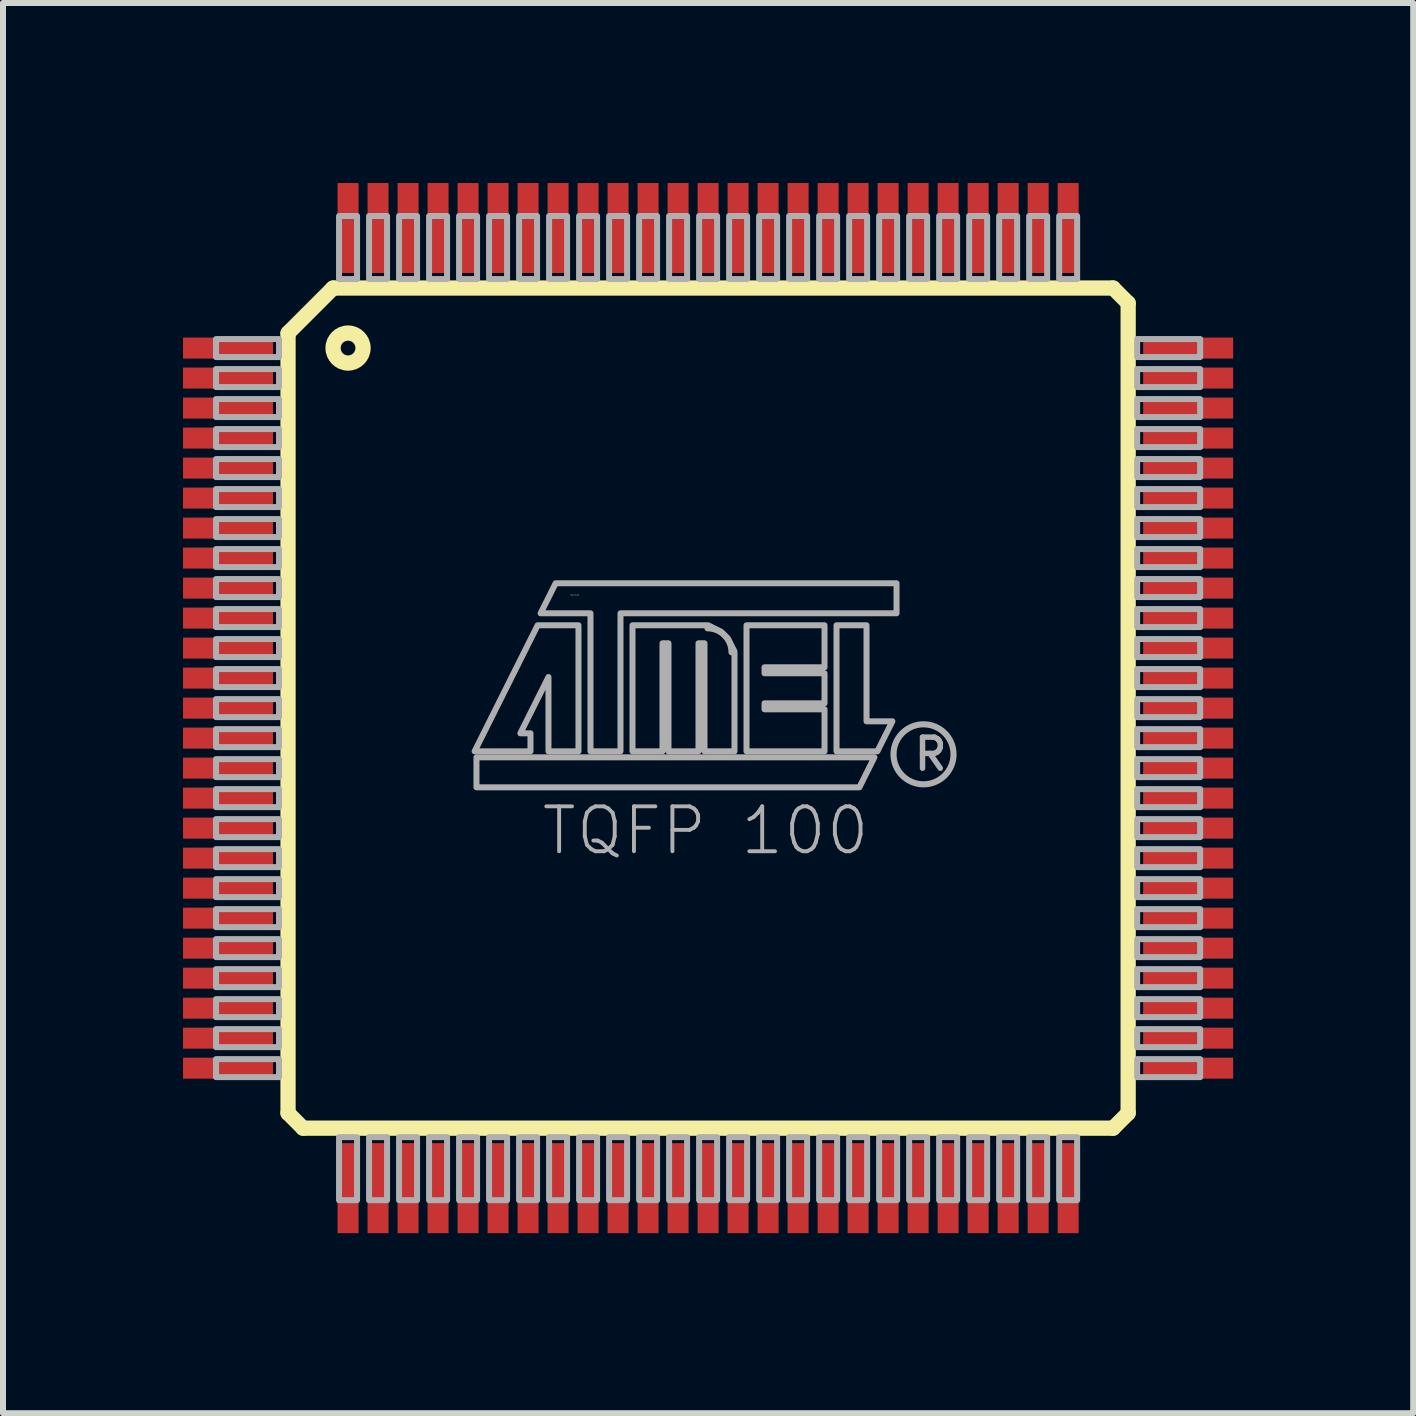
<source format=kicad_pcb>
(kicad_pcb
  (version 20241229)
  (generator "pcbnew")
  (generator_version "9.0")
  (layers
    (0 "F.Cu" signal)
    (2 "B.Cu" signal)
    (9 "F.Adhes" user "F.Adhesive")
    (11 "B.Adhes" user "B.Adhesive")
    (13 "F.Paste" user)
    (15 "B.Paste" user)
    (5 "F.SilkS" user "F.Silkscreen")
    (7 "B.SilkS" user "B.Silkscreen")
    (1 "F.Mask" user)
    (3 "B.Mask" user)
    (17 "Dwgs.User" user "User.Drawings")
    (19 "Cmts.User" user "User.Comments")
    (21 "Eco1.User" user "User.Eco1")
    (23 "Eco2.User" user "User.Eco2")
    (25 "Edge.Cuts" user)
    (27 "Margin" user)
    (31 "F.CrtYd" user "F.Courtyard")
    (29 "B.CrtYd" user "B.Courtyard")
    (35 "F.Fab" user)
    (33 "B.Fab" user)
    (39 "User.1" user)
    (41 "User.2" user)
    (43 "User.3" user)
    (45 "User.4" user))
  (footprint "TQFP100"
    (layer "F.Cu")
    (at 8.75 8.75)
    (property "Reference" "TQFP100" (at -2.302 -1.868 0) (layer "F.SilkS") (effects (font (size 0.023 0.023) (thickness 0.002)) (justify left bottom)))
    (fp_line (start -7 -6.25) (end -6.25 -7) (stroke (width 0.254) (type solid)) (layer "F.SilkS"))
    (fp_line (start -7 6.75) (end -7 -6.25) (stroke (width 0.254) (type solid)) (layer "F.SilkS"))
    (fp_line (start -6.75 7) (end -7 6.75) (stroke (width 0.254) (type solid)) (layer "F.SilkS"))
    (fp_line (start -6.25 -7) (end 6.75 -7) (stroke (width 0.254) (type solid)) (layer "F.SilkS"))
    (fp_line (start 6.75 -7) (end 7 -6.75) (stroke (width 0.254) (type solid)) (layer "F.SilkS"))
    (fp_line (start 6.75 7) (end -6.75 7) (stroke (width 0.254) (type solid)) (layer "F.SilkS"))
    (fp_line (start 7 -6.75) (end 7 6.75) (stroke (width 0.254) (type solid)) (layer "F.SilkS"))
    (fp_line (start 7 6.75) (end 6.75 7) (stroke (width 0.254) (type solid)) (layer "F.SilkS"))
    (fp_circle (center -6 -6) (end -5.75 -6) (stroke (width 0.254) (type solid)) (fill no) (layer "F.SilkS"))
    (fp_arc (start -0.0099 -1.3299) (mid 0.272893 -1.212722) (end 0.39 -0.9299) (stroke (width 0.1016) (type solid)) (layer "F.Fab"))
    (fp_circle (center 3.59 0.77) (end 4.09 0.77) (stroke (width 0.102) (type solid)) (fill no) (layer "F.Fab"))
    (fp_poly (pts (xy -8.2 -5.85) (xy -7.15 -5.85) (xy -7.15 -6.15) (xy -8.2 -6.15)) (stroke (width 0.1) (type solid)) (fill no) (layer "F.Fab"))
    (fp_poly (pts (xy -8.2 -5.35) (xy -7.15 -5.35) (xy -7.15 -5.65) (xy -8.2 -5.65)) (stroke (width 0.1) (type solid)) (fill no) (layer "F.Fab"))
    (fp_poly (pts (xy -8.2 -4.85) (xy -7.15 -4.85) (xy -7.15 -5.15) (xy -8.2 -5.15)) (stroke (width 0.1) (type solid)) (fill no) (layer "F.Fab"))
    (fp_poly (pts (xy -8.2 -4.35) (xy -7.15 -4.35) (xy -7.15 -4.65) (xy -8.2 -4.65)) (stroke (width 0.1) (type solid)) (fill no) (layer "F.Fab"))
    (fp_poly (pts (xy -8.2 -3.85) (xy -7.15 -3.85) (xy -7.15 -4.15) (xy -8.2 -4.15)) (stroke (width 0.1) (type solid)) (fill no) (layer "F.Fab"))
    (fp_poly (pts (xy -8.2 -3.35) (xy -7.15 -3.35) (xy -7.15 -3.65) (xy -8.2 -3.65)) (stroke (width 0.1) (type solid)) (fill no) (layer "F.Fab"))
    (fp_poly (pts (xy -8.2 -2.85) (xy -7.15 -2.85) (xy -7.15 -3.15) (xy -8.2 -3.15)) (stroke (width 0.1) (type solid)) (fill no) (layer "F.Fab"))
    (fp_poly (pts (xy -8.2 -2.35) (xy -7.15 -2.35) (xy -7.15 -2.65) (xy -8.2 -2.65)) (stroke (width 0.1) (type solid)) (fill no) (layer "F.Fab"))
    (fp_poly (pts (xy -8.2 -1.85) (xy -7.15 -1.85) (xy -7.15 -2.15) (xy -8.2 -2.15)) (stroke (width 0.1) (type solid)) (fill no) (layer "F.Fab"))
    (fp_poly (pts (xy -8.2 -1.35) (xy -7.15 -1.35) (xy -7.15 -1.65) (xy -8.2 -1.65)) (stroke (width 0.1) (type solid)) (fill no) (layer "F.Fab"))
    (fp_poly (pts (xy -8.2 -0.85) (xy -7.15 -0.85) (xy -7.15 -1.15) (xy -8.2 -1.15)) (stroke (width 0.1) (type solid)) (fill no) (layer "F.Fab"))
    (fp_poly (pts (xy -8.2 -0.35) (xy -7.15 -0.35) (xy -7.15 -0.65) (xy -8.2 -0.65)) (stroke (width 0.1) (type solid)) (fill no) (layer "F.Fab"))
    (fp_poly (pts (xy -8.2 0.15) (xy -7.15 0.15) (xy -7.15 -0.15) (xy -8.2 -0.15)) (stroke (width 0.1) (type solid)) (fill no) (layer "F.Fab"))
    (fp_poly (pts (xy -8.2 0.65) (xy -7.15 0.65) (xy -7.15 0.35) (xy -8.2 0.35)) (stroke (width 0.1) (type solid)) (fill no) (layer "F.Fab"))
    (fp_poly (pts (xy -8.2 1.15) (xy -7.15 1.15) (xy -7.15 0.85) (xy -8.2 0.85)) (stroke (width 0.1) (type solid)) (fill no) (layer "F.Fab"))
    (fp_poly (pts (xy -8.2 1.65) (xy -7.15 1.65) (xy -7.15 1.35) (xy -8.2 1.35)) (stroke (width 0.1) (type solid)) (fill no) (layer "F.Fab"))
    (fp_poly (pts (xy -8.2 2.15) (xy -7.15 2.15) (xy -7.15 1.85) (xy -8.2 1.85)) (stroke (width 0.1) (type solid)) (fill no) (layer "F.Fab"))
    (fp_poly (pts (xy -8.2 2.65) (xy -7.15 2.65) (xy -7.15 2.35) (xy -8.2 2.35)) (stroke (width 0.1) (type solid)) (fill no) (layer "F.Fab"))
    (fp_poly (pts (xy -8.2 3.15) (xy -7.15 3.15) (xy -7.15 2.85) (xy -8.2 2.85)) (stroke (width 0.1) (type solid)) (fill no) (layer "F.Fab"))
    (fp_poly (pts (xy -8.2 3.65) (xy -7.15 3.65) (xy -7.15 3.35) (xy -8.2 3.35)) (stroke (width 0.1) (type solid)) (fill no) (layer "F.Fab"))
    (fp_poly (pts (xy -8.2 4.15) (xy -7.15 4.15) (xy -7.15 3.85) (xy -8.2 3.85)) (stroke (width 0.1) (type solid)) (fill no) (layer "F.Fab"))
    (fp_poly (pts (xy -8.2 4.65) (xy -7.15 4.65) (xy -7.15 4.35) (xy -8.2 4.35)) (stroke (width 0.1) (type solid)) (fill no) (layer "F.Fab"))
    (fp_poly (pts (xy -8.2 5.15) (xy -7.15 5.15) (xy -7.15 4.85) (xy -8.2 4.85)) (stroke (width 0.1) (type solid)) (fill no) (layer "F.Fab"))
    (fp_poly (pts (xy -8.2 5.65) (xy -7.15 5.65) (xy -7.15 5.35) (xy -8.2 5.35)) (stroke (width 0.1) (type solid)) (fill no) (layer "F.Fab"))
    (fp_poly (pts (xy -8.2 6.15) (xy -7.15 6.15) (xy -7.15 5.85) (xy -8.2 5.85)) (stroke (width 0.1) (type solid)) (fill no) (layer "F.Fab"))
    (fp_poly (pts (xy -6.15 -7.15) (xy -5.85 -7.15) (xy -5.85 -8.2) (xy -6.15 -8.2)) (stroke (width 0.1) (type solid)) (fill no) (layer "F.Fab"))
    (fp_poly (pts (xy -6.15 8.2) (xy -5.85 8.2) (xy -5.85 7.15) (xy -6.15 7.15)) (stroke (width 0.1) (type solid)) (fill no) (layer "F.Fab"))
    (fp_poly (pts (xy -5.65 -7.15) (xy -5.35 -7.15) (xy -5.35 -8.2) (xy -5.65 -8.2)) (stroke (width 0.1) (type solid)) (fill no) (layer "F.Fab"))
    (fp_poly (pts (xy -5.65 8.2) (xy -5.35 8.2) (xy -5.35 7.15) (xy -5.65 7.15)) (stroke (width 0.1) (type solid)) (fill no) (layer "F.Fab"))
    (fp_poly (pts (xy -5.15 -7.15) (xy -4.85 -7.15) (xy -4.85 -8.2) (xy -5.15 -8.2)) (stroke (width 0.1) (type solid)) (fill no) (layer "F.Fab"))
    (fp_poly (pts (xy -5.15 8.2) (xy -4.85 8.2) (xy -4.85 7.15) (xy -5.15 7.15)) (stroke (width 0.1) (type solid)) (fill no) (layer "F.Fab"))
    (fp_poly (pts (xy -4.65 -7.15) (xy -4.35 -7.15) (xy -4.35 -8.2) (xy -4.65 -8.2)) (stroke (width 0.1) (type solid)) (fill no) (layer "F.Fab"))
    (fp_poly (pts (xy -4.65 8.2) (xy -4.35 8.2) (xy -4.35 7.15) (xy -4.65 7.15)) (stroke (width 0.1) (type solid)) (fill no) (layer "F.Fab"))
    (fp_poly (pts (xy -4.15 -7.15) (xy -3.85 -7.15) (xy -3.85 -8.2) (xy -4.15 -8.2)) (stroke (width 0.1) (type solid)) (fill no) (layer "F.Fab"))
    (fp_poly (pts (xy -4.15 8.2) (xy -3.85 8.2) (xy -3.85 7.15) (xy -4.15 7.15)) (stroke (width 0.1) (type solid)) (fill no) (layer "F.Fab"))
    (fp_poly (pts (xy -3.65 -7.15) (xy -3.35 -7.15) (xy -3.35 -8.2) (xy -3.65 -8.2)) (stroke (width 0.1) (type solid)) (fill no) (layer "F.Fab"))
    (fp_poly (pts (xy -3.65 8.2) (xy -3.35 8.2) (xy -3.35 7.15) (xy -3.65 7.15)) (stroke (width 0.1) (type solid)) (fill no) (layer "F.Fab"))
    (fp_poly (pts (xy -3.15 -7.15) (xy -2.85 -7.15) (xy -2.85 -8.2) (xy -3.15 -8.2)) (stroke (width 0.1) (type solid)) (fill no) (layer "F.Fab"))
    (fp_poly (pts (xy -3.15 8.2) (xy -2.85 8.2) (xy -2.85 7.15) (xy -3.15 7.15)) (stroke (width 0.1) (type solid)) (fill no) (layer "F.Fab"))
    (fp_poly (pts (xy -2.65 -7.15) (xy -2.35 -7.15) (xy -2.35 -8.2) (xy -2.65 -8.2)) (stroke (width 0.1) (type solid)) (fill no) (layer "F.Fab"))
    (fp_poly (pts (xy -2.65 8.2) (xy -2.35 8.2) (xy -2.35 7.15) (xy -2.65 7.15)) (stroke (width 0.1) (type solid)) (fill no) (layer "F.Fab"))
    (fp_poly (pts (xy -2.15 -7.15) (xy -1.85 -7.15) (xy -1.85 -8.2) (xy -2.15 -8.2)) (stroke (width 0.1) (type solid)) (fill no) (layer "F.Fab"))
    (fp_poly (pts (xy -2.15 8.2) (xy -1.85 8.2) (xy -1.85 7.15) (xy -2.15 7.15)) (stroke (width 0.1) (type solid)) (fill no) (layer "F.Fab"))
    (fp_poly (pts (xy -1.65 -7.15) (xy -1.35 -7.15) (xy -1.35 -8.2) (xy -1.65 -8.2)) (stroke (width 0.1) (type solid)) (fill no) (layer "F.Fab"))
    (fp_poly (pts (xy -1.65 8.2) (xy -1.35 8.2) (xy -1.35 7.15) (xy -1.65 7.15)) (stroke (width 0.1) (type solid)) (fill no) (layer "F.Fab"))
    (fp_poly (pts (xy -1.15 -7.15) (xy -0.85 -7.15) (xy -0.85 -8.2) (xy -1.15 -8.2)) (stroke (width 0.1) (type solid)) (fill no) (layer "F.Fab"))
    (fp_poly (pts (xy -1.15 8.2) (xy -0.85 8.2) (xy -0.85 7.15) (xy -1.15 7.15)) (stroke (width 0.1) (type solid)) (fill no) (layer "F.Fab"))
    (fp_poly (pts (xy -0.65 -7.15) (xy -0.35 -7.15) (xy -0.35 -8.2) (xy -0.65 -8.2)) (stroke (width 0.1) (type solid)) (fill no) (layer "F.Fab"))
    (fp_poly (pts (xy -0.65 8.2) (xy -0.35 8.2) (xy -0.35 7.15) (xy -0.65 7.15)) (stroke (width 0.1) (type solid)) (fill no) (layer "F.Fab"))
    (fp_poly (pts (xy -0.15 -7.15) (xy 0.15 -7.15) (xy 0.15 -8.2) (xy -0.15 -8.2)) (stroke (width 0.1) (type solid)) (fill no) (layer "F.Fab"))
    (fp_poly (pts (xy -0.15 8.2) (xy 0.15 8.2) (xy 0.15 7.15) (xy -0.15 7.15)) (stroke (width 0.1) (type solid)) (fill no) (layer "F.Fab"))
    (fp_poly (pts (xy 0.35 -7.15) (xy 0.65 -7.15) (xy 0.65 -8.2) (xy 0.35 -8.2)) (stroke (width 0.1) (type solid)) (fill no) (layer "F.Fab"))
    (fp_poly (pts (xy 0.35 8.2) (xy 0.65 8.2) (xy 0.65 7.15) (xy 0.35 7.15)) (stroke (width 0.1) (type solid)) (fill no) (layer "F.Fab"))
    (fp_poly (pts (xy 0.85 -7.15) (xy 1.15 -7.15) (xy 1.15 -8.2) (xy 0.85 -8.2)) (stroke (width 0.1) (type solid)) (fill no) (layer "F.Fab"))
    (fp_poly (pts (xy 0.85 8.2) (xy 1.15 8.2) (xy 1.15 7.15) (xy 0.85 7.15)) (stroke (width 0.1) (type solid)) (fill no) (layer "F.Fab"))
    (fp_poly (pts (xy 1.35 -7.15) (xy 1.65 -7.15) (xy 1.65 -8.2) (xy 1.35 -8.2)) (stroke (width 0.1) (type solid)) (fill no) (layer "F.Fab"))
    (fp_poly (pts (xy 1.35 8.2) (xy 1.65 8.2) (xy 1.65 7.15) (xy 1.35 7.15)) (stroke (width 0.1) (type solid)) (fill no) (layer "F.Fab"))
    (fp_poly (pts (xy 1.85 -7.15) (xy 2.15 -7.15) (xy 2.15 -8.2) (xy 1.85 -8.2)) (stroke (width 0.1) (type solid)) (fill no) (layer "F.Fab"))
    (fp_poly (pts (xy 1.85 8.2) (xy 2.15 8.2) (xy 2.15 7.15) (xy 1.85 7.15)) (stroke (width 0.1) (type solid)) (fill no) (layer "F.Fab"))
    (fp_poly (pts (xy 2.35 -7.15) (xy 2.65 -7.15) (xy 2.65 -8.2) (xy 2.35 -8.2)) (stroke (width 0.1) (type solid)) (fill no) (layer "F.Fab"))
    (fp_poly (pts (xy 2.35 8.2) (xy 2.65 8.2) (xy 2.65 7.15) (xy 2.35 7.15)) (stroke (width 0.1) (type solid)) (fill no) (layer "F.Fab"))
    (fp_poly (pts (xy 2.521 1.32) (xy -3.86 1.32) (xy -3.86 0.82) (xy 2.771 0.82)) (stroke (width 0.1) (type solid)) (fill no) (layer "F.Fab"))
    (fp_poly (pts (xy 2.85 -7.15) (xy 3.15 -7.15) (xy 3.15 -8.2) (xy 2.85 -8.2)) (stroke (width 0.1) (type solid)) (fill no) (layer "F.Fab"))
    (fp_poly (pts (xy 2.85 8.2) (xy 3.15 8.2) (xy 3.15 7.15) (xy 2.85 7.15)) (stroke (width 0.1) (type solid)) (fill no) (layer "F.Fab"))
    (fp_poly (pts (xy 3.35 -7.15) (xy 3.65 -7.15) (xy 3.65 -8.2) (xy 3.35 -8.2)) (stroke (width 0.1) (type solid)) (fill no) (layer "F.Fab"))
    (fp_poly (pts (xy 3.35 8.2) (xy 3.65 8.2) (xy 3.65 7.15) (xy 3.35 7.15)) (stroke (width 0.1) (type solid)) (fill no) (layer "F.Fab"))
    (fp_poly (pts (xy 3.85 -7.15) (xy 4.15 -7.15) (xy 4.15 -8.2) (xy 3.85 -8.2)) (stroke (width 0.1) (type solid)) (fill no) (layer "F.Fab"))
    (fp_poly (pts (xy 3.85 8.2) (xy 4.15 8.2) (xy 4.15 7.15) (xy 3.85 7.15)) (stroke (width 0.1) (type solid)) (fill no) (layer "F.Fab"))
    (fp_poly (pts (xy 4.35 -7.15) (xy 4.65 -7.15) (xy 4.65 -8.2) (xy 4.35 -8.2)) (stroke (width 0.1) (type solid)) (fill no) (layer "F.Fab"))
    (fp_poly (pts (xy 4.35 8.2) (xy 4.65 8.2) (xy 4.65 7.15) (xy 4.35 7.15)) (stroke (width 0.1) (type solid)) (fill no) (layer "F.Fab"))
    (fp_poly (pts (xy 4.85 -7.15) (xy 5.15 -7.15) (xy 5.15 -8.2) (xy 4.85 -8.2)) (stroke (width 0.1) (type solid)) (fill no) (layer "F.Fab"))
    (fp_poly (pts (xy 4.85 8.2) (xy 5.15 8.2) (xy 5.15 7.15) (xy 4.85 7.15)) (stroke (width 0.1) (type solid)) (fill no) (layer "F.Fab"))
    (fp_poly (pts (xy 5.35 -7.15) (xy 5.65 -7.15) (xy 5.65 -8.2) (xy 5.35 -8.2)) (stroke (width 0.1) (type solid)) (fill no) (layer "F.Fab"))
    (fp_poly (pts (xy 5.35 8.2) (xy 5.65 8.2) (xy 5.65 7.15) (xy 5.35 7.15)) (stroke (width 0.1) (type solid)) (fill no) (layer "F.Fab"))
    (fp_poly (pts (xy 5.85 -7.15) (xy 6.15 -7.15) (xy 6.15 -8.2) (xy 5.85 -8.2)) (stroke (width 0.1) (type solid)) (fill no) (layer "F.Fab"))
    (fp_poly (pts (xy 5.85 8.2) (xy 6.15 8.2) (xy 6.15 7.15) (xy 5.85 7.15)) (stroke (width 0.1) (type solid)) (fill no) (layer "F.Fab"))
    (fp_poly (pts (xy 7.15 -5.85) (xy 8.2 -5.85) (xy 8.2 -6.15) (xy 7.15 -6.15)) (stroke (width 0.1) (type solid)) (fill no) (layer "F.Fab"))
    (fp_poly (pts (xy 7.15 -5.35) (xy 8.2 -5.35) (xy 8.2 -5.65) (xy 7.15 -5.65)) (stroke (width 0.1) (type solid)) (fill no) (layer "F.Fab"))
    (fp_poly (pts (xy 7.15 -4.85) (xy 8.2 -4.85) (xy 8.2 -5.15) (xy 7.15 -5.15)) (stroke (width 0.1) (type solid)) (fill no) (layer "F.Fab"))
    (fp_poly (pts (xy 7.15 -4.35) (xy 8.2 -4.35) (xy 8.2 -4.65) (xy 7.15 -4.65)) (stroke (width 0.1) (type solid)) (fill no) (layer "F.Fab"))
    (fp_poly (pts (xy 7.15 -3.85) (xy 8.2 -3.85) (xy 8.2 -4.15) (xy 7.15 -4.15)) (stroke (width 0.1) (type solid)) (fill no) (layer "F.Fab"))
    (fp_poly (pts (xy 7.15 -3.35) (xy 8.2 -3.35) (xy 8.2 -3.65) (xy 7.15 -3.65)) (stroke (width 0.1) (type solid)) (fill no) (layer "F.Fab"))
    (fp_poly (pts (xy 7.15 -2.85) (xy 8.2 -2.85) (xy 8.2 -3.15) (xy 7.15 -3.15)) (stroke (width 0.1) (type solid)) (fill no) (layer "F.Fab"))
    (fp_poly (pts (xy 7.15 -2.35) (xy 8.2 -2.35) (xy 8.2 -2.65) (xy 7.15 -2.65)) (stroke (width 0.1) (type solid)) (fill no) (layer "F.Fab"))
    (fp_poly (pts (xy 7.15 -1.85) (xy 8.2 -1.85) (xy 8.2 -2.15) (xy 7.15 -2.15)) (stroke (width 0.1) (type solid)) (fill no) (layer "F.Fab"))
    (fp_poly (pts (xy 7.15 -1.35) (xy 8.2 -1.35) (xy 8.2 -1.65) (xy 7.15 -1.65)) (stroke (width 0.1) (type solid)) (fill no) (layer "F.Fab"))
    (fp_poly (pts (xy 7.15 -0.85) (xy 8.2 -0.85) (xy 8.2 -1.15) (xy 7.15 -1.15)) (stroke (width 0.1) (type solid)) (fill no) (layer "F.Fab"))
    (fp_poly (pts (xy 7.15 -0.35) (xy 8.2 -0.35) (xy 8.2 -0.65) (xy 7.15 -0.65)) (stroke (width 0.1) (type solid)) (fill no) (layer "F.Fab"))
    (fp_poly (pts (xy 7.15 0.15) (xy 8.2 0.15) (xy 8.2 -0.15) (xy 7.15 -0.15)) (stroke (width 0.1) (type solid)) (fill no) (layer "F.Fab"))
    (fp_poly (pts (xy 7.15 0.65) (xy 8.2 0.65) (xy 8.2 0.35) (xy 7.15 0.35)) (stroke (width 0.1) (type solid)) (fill no) (layer "F.Fab"))
    (fp_poly (pts (xy 7.15 1.15) (xy 8.2 1.15) (xy 8.2 0.85) (xy 7.15 0.85)) (stroke (width 0.1) (type solid)) (fill no) (layer "F.Fab"))
    (fp_poly (pts (xy 7.15 1.65) (xy 8.2 1.65) (xy 8.2 1.35) (xy 7.15 1.35)) (stroke (width 0.1) (type solid)) (fill no) (layer "F.Fab"))
    (fp_poly (pts (xy 7.15 2.15) (xy 8.2 2.15) (xy 8.2 1.85) (xy 7.15 1.85)) (stroke (width 0.1) (type solid)) (fill no) (layer "F.Fab"))
    (fp_poly (pts (xy 7.15 2.65) (xy 8.2 2.65) (xy 8.2 2.35) (xy 7.15 2.35)) (stroke (width 0.1) (type solid)) (fill no) (layer "F.Fab"))
    (fp_poly (pts (xy 7.15 3.15) (xy 8.2 3.15) (xy 8.2 2.85) (xy 7.15 2.85)) (stroke (width 0.1) (type solid)) (fill no) (layer "F.Fab"))
    (fp_poly (pts (xy 7.15 3.65) (xy 8.2 3.65) (xy 8.2 3.35) (xy 7.15 3.35)) (stroke (width 0.1) (type solid)) (fill no) (layer "F.Fab"))
    (fp_poly (pts (xy 7.15 4.15) (xy 8.2 4.15) (xy 8.2 3.85) (xy 7.15 3.85)) (stroke (width 0.1) (type solid)) (fill no) (layer "F.Fab"))
    (fp_poly (pts (xy 7.15 4.65) (xy 8.2 4.65) (xy 8.2 4.35) (xy 7.15 4.35)) (stroke (width 0.1) (type solid)) (fill no) (layer "F.Fab"))
    (fp_poly (pts (xy 7.15 5.15) (xy 8.2 5.15) (xy 8.2 4.85) (xy 7.15 4.85)) (stroke (width 0.1) (type solid)) (fill no) (layer "F.Fab"))
    (fp_poly (pts (xy 7.15 5.65) (xy 8.2 5.65) (xy 8.2 5.35) (xy 7.15 5.35)) (stroke (width 0.1) (type solid)) (fill no) (layer "F.Fab"))
    (fp_poly (pts (xy 7.15 6.15) (xy 8.2 6.15) (xy 8.2 5.85) (xy 7.15 5.85)) (stroke (width 0.1) (type solid)) (fill no) (layer "F.Fab"))
    (fp_poly (pts (xy 2.64 0.22) (xy 3.071 0.22) (xy 2.821 0.72) (xy 2.14 0.72) (xy 2.14 -1.38) (xy 2.64 -1.38)) (stroke (width 0.1) (type solid)) (fill no) (layer "F.Fab"))
    (fp_poly (pts (xy 3.14 -1.58) (xy -1.46 -1.58) (xy -1.46 0.72) (xy -1.96 0.72) (xy -1.96 -1.58) (xy -2.791 -1.58) (xy -2.541 -2.08) (xy 3.14 -2.08)) (stroke (width 0.1) (type solid)) (fill no) (layer "F.Fab"))
    (fp_poly (pts (xy -2.16 0.72) (xy -2.66 0.72) (xy -2.66 -0.518) (xy -3.129 0.42) (xy -2.96 0.42) (xy -2.96 0.72) (xy -3.891 0.72) (xy -2.841 -1.38) (xy -2.16 -1.38)) (stroke (width 0.1) (type solid)) (fill no) (layer "F.Fab"))
    (fp_poly (pts (xy 1.94 -0.68) (xy 0.94 -0.68) (xy 0.94 -0.58) (xy 1.94 -0.58) (xy 1.94 -0.08) (xy 0.94 -0.08) (xy 0.94 0.02) (xy 1.94 0.02) (xy 1.94 0.72) (xy 0.64 0.72) (xy 0.64 -1.38) (xy 1.94 -1.38)) (stroke (width 0.1) (type solid)) (fill no) (layer "F.Fab"))
    (fp_poly (pts (xy 0.22 -1.271) (xy 0.331 -1.16) (xy 0.44 -0.942) (xy 0.44 0.72) (xy -0.06 0.72) (xy -0.06 -1.08) (xy -0.16 -1.08) (xy -0.16 0.72) (xy -0.66 0.72) (xy -0.66 -1.08) (xy -0.76 -1.08) (xy -0.76 0.72) (xy -1.26 0.72) (xy -1.26 -1.38) (xy 0.002 -1.38)) (stroke (width 0.1) (type solid)) (fill no) (layer "F.Fab"))
    (fp_text user "TQFP 100" (at -2.81 2.48 0) (layer "F.Fab") (effects (font (size 0.748 0.748) (thickness 0.065)) (justify left bottom)))
    (fp_text user "R" (at 3.39 1.07 0) (layer "F.Fab") (effects (font (size 0.518 0.518) (thickness 0.091)) (justify left bottom)))
    (pad "1" smd rect (at -8 -6) (size 1.5 0.35) (layers "F.Cu" "F.Mask" "F.Paste"))
    (pad "2" smd rect (at -8 -5.5) (size 1.5 0.35) (layers "F.Cu" "F.Mask" "F.Paste"))
    (pad "3" smd rect (at -8 -5) (size 1.5 0.35) (layers "F.Cu" "F.Mask" "F.Paste"))
    (pad "4" smd rect (at -8 -4.5) (size 1.5 0.35) (layers "F.Cu" "F.Mask" "F.Paste"))
    (pad "5" smd rect (at -8 -4) (size 1.5 0.35) (layers "F.Cu" "F.Mask" "F.Paste"))
    (pad "6" smd rect (at -8 -3.5) (size 1.5 0.35) (layers "F.Cu" "F.Mask" "F.Paste"))
    (pad "7" smd rect (at -8 -3) (size 1.5 0.35) (layers "F.Cu" "F.Mask" "F.Paste"))
    (pad "8" smd rect (at -8 -2.5) (size 1.5 0.35) (layers "F.Cu" "F.Mask" "F.Paste"))
    (pad "9" smd rect (at -8 -2) (size 1.5 0.35) (layers "F.Cu" "F.Mask" "F.Paste"))
    (pad "10" smd rect (at -8 -1.5) (size 1.5 0.35) (layers "F.Cu" "F.Mask" "F.Paste"))
    (pad "11" smd rect (at -8 -1) (size 1.5 0.35) (layers "F.Cu" "F.Mask" "F.Paste"))
    (pad "12" smd rect (at -8 -0.5) (size 1.5 0.35) (layers "F.Cu" "F.Mask" "F.Paste"))
    (pad "13" smd rect (at -8 0) (size 1.5 0.35) (layers "F.Cu" "F.Mask" "F.Paste"))
    (pad "14" smd rect (at -8 0.5) (size 1.5 0.35) (layers "F.Cu" "F.Mask" "F.Paste"))
    (pad "15" smd rect (at -8 1) (size 1.5 0.35) (layers "F.Cu" "F.Mask" "F.Paste"))
    (pad "16" smd rect (at -8 1.5) (size 1.5 0.35) (layers "F.Cu" "F.Mask" "F.Paste"))
    (pad "17" smd rect (at -8 2) (size 1.5 0.35) (layers "F.Cu" "F.Mask" "F.Paste"))
    (pad "18" smd rect (at -8 2.5) (size 1.5 0.35) (layers "F.Cu" "F.Mask" "F.Paste"))
    (pad "19" smd rect (at -8 3) (size 1.5 0.35) (layers "F.Cu" "F.Mask" "F.Paste"))
    (pad "20" smd rect (at -8 3.5) (size 1.5 0.35) (layers "F.Cu" "F.Mask" "F.Paste"))
    (pad "21" smd rect (at -8 4) (size 1.5 0.35) (layers "F.Cu" "F.Mask" "F.Paste"))
    (pad "22" smd rect (at -8 4.5) (size 1.5 0.35) (layers "F.Cu" "F.Mask" "F.Paste"))
    (pad "23" smd rect (at -8 5) (size 1.5 0.35) (layers "F.Cu" "F.Mask" "F.Paste"))
    (pad "24" smd rect (at -8 5.5) (size 1.5 0.35) (layers "F.Cu" "F.Mask" "F.Paste"))
    (pad "25" smd rect (at -8 6) (size 1.5 0.35) (layers "F.Cu" "F.Mask" "F.Paste"))
    (pad "26" smd rect (at -6 8) (size 0.35 1.5) (layers "F.Cu" "F.Mask" "F.Paste"))
    (pad "27" smd rect (at -5.5 8) (size 0.35 1.5) (layers "F.Cu" "F.Mask" "F.Paste"))
    (pad "28" smd rect (at -5 8) (size 0.35 1.5) (layers "F.Cu" "F.Mask" "F.Paste"))
    (pad "29" smd rect (at -4.5 8) (size 0.35 1.5) (layers "F.Cu" "F.Mask" "F.Paste"))
    (pad "30" smd rect (at -4 8) (size 0.35 1.5) (layers "F.Cu" "F.Mask" "F.Paste"))
    (pad "31" smd rect (at -3.5 8) (size 0.35 1.5) (layers "F.Cu" "F.Mask" "F.Paste"))
    (pad "32" smd rect (at -3 8) (size 0.35 1.5) (layers "F.Cu" "F.Mask" "F.Paste"))
    (pad "33" smd rect (at -2.5 8) (size 0.35 1.5) (layers "F.Cu" "F.Mask" "F.Paste"))
    (pad "34" smd rect (at -2 8) (size 0.35 1.5) (layers "F.Cu" "F.Mask" "F.Paste"))
    (pad "35" smd rect (at -1.5 8) (size 0.35 1.5) (layers "F.Cu" "F.Mask" "F.Paste"))
    (pad "36" smd rect (at -1 8) (size 0.35 1.5) (layers "F.Cu" "F.Mask" "F.Paste"))
    (pad "37" smd rect (at -0.5 8) (size 0.35 1.5) (layers "F.Cu" "F.Mask" "F.Paste"))
    (pad "38" smd rect (at 0 8) (size 0.35 1.5) (layers "F.Cu" "F.Mask" "F.Paste"))
    (pad "39" smd rect (at 0.5 8) (size 0.35 1.5) (layers "F.Cu" "F.Mask" "F.Paste"))
    (pad "40" smd rect (at 1 8) (size 0.35 1.5) (layers "F.Cu" "F.Mask" "F.Paste"))
    (pad "41" smd rect (at 1.5 8) (size 0.35 1.5) (layers "F.Cu" "F.Mask" "F.Paste"))
    (pad "42" smd rect (at 2 8) (size 0.35 1.5) (layers "F.Cu" "F.Mask" "F.Paste"))
    (pad "43" smd rect (at 2.5 8) (size 0.35 1.5) (layers "F.Cu" "F.Mask" "F.Paste"))
    (pad "44" smd rect (at 3 8) (size 0.35 1.5) (layers "F.Cu" "F.Mask" "F.Paste"))
    (pad "45" smd rect (at 3.5 8) (size 0.35 1.5) (layers "F.Cu" "F.Mask" "F.Paste"))
    (pad "46" smd rect (at 4 8) (size 0.35 1.5) (layers "F.Cu" "F.Mask" "F.Paste"))
    (pad "47" smd rect (at 4.5 8) (size 0.35 1.5) (layers "F.Cu" "F.Mask" "F.Paste"))
    (pad "48" smd rect (at 5 8) (size 0.35 1.5) (layers "F.Cu" "F.Mask" "F.Paste"))
    (pad "49" smd rect (at 5.5 8) (size 0.35 1.5) (layers "F.Cu" "F.Mask" "F.Paste"))
    (pad "50" smd rect (at 6 8) (size 0.35 1.5) (layers "F.Cu" "F.Mask" "F.Paste"))
    (pad "51" smd rect (at 8 6) (size 1.5 0.35) (layers "F.Cu" "F.Mask" "F.Paste"))
    (pad "52" smd rect (at 8 5.5) (size 1.5 0.35) (layers "F.Cu" "F.Mask" "F.Paste"))
    (pad "53" smd rect (at 8 5) (size 1.5 0.35) (layers "F.Cu" "F.Mask" "F.Paste"))
    (pad "54" smd rect (at 8 4.5) (size 1.5 0.35) (layers "F.Cu" "F.Mask" "F.Paste"))
    (pad "55" smd rect (at 8 4) (size 1.5 0.35) (layers "F.Cu" "F.Mask" "F.Paste"))
    (pad "56" smd rect (at 8 3.5) (size 1.5 0.35) (layers "F.Cu" "F.Mask" "F.Paste"))
    (pad "57" smd rect (at 8 3) (size 1.5 0.35) (layers "F.Cu" "F.Mask" "F.Paste"))
    (pad "58" smd rect (at 8 2.5) (size 1.5 0.35) (layers "F.Cu" "F.Mask" "F.Paste"))
    (pad "59" smd rect (at 8 2) (size 1.5 0.35) (layers "F.Cu" "F.Mask" "F.Paste"))
    (pad "60" smd rect (at 8 1.5) (size 1.5 0.35) (layers "F.Cu" "F.Mask" "F.Paste"))
    (pad "61" smd rect (at 8 1) (size 1.5 0.35) (layers "F.Cu" "F.Mask" "F.Paste"))
    (pad "62" smd rect (at 8 0.5) (size 1.5 0.35) (layers "F.Cu" "F.Mask" "F.Paste"))
    (pad "63" smd rect (at 8 0) (size 1.5 0.35) (layers "F.Cu" "F.Mask" "F.Paste"))
    (pad "64" smd rect (at 8 -0.5) (size 1.5 0.35) (layers "F.Cu" "F.Mask" "F.Paste"))
    (pad "65" smd rect (at 8 -1) (size 1.5 0.35) (layers "F.Cu" "F.Mask" "F.Paste"))
    (pad "66" smd rect (at 8 -1.5) (size 1.5 0.35) (layers "F.Cu" "F.Mask" "F.Paste"))
    (pad "67" smd rect (at 8 -2) (size 1.5 0.35) (layers "F.Cu" "F.Mask" "F.Paste"))
    (pad "68" smd rect (at 8 -2.5) (size 1.5 0.35) (layers "F.Cu" "F.Mask" "F.Paste"))
    (pad "69" smd rect (at 8 -3) (size 1.5 0.35) (layers "F.Cu" "F.Mask" "F.Paste"))
    (pad "70" smd rect (at 8 -3.5) (size 1.5 0.35) (layers "F.Cu" "F.Mask" "F.Paste"))
    (pad "71" smd rect (at 8 -4) (size 1.5 0.35) (layers "F.Cu" "F.Mask" "F.Paste"))
    (pad "72" smd rect (at 8 -4.5) (size 1.5 0.35) (layers "F.Cu" "F.Mask" "F.Paste"))
    (pad "73" smd rect (at 8 -5) (size 1.5 0.35) (layers "F.Cu" "F.Mask" "F.Paste"))
    (pad "74" smd rect (at 8 -5.5) (size 1.5 0.35) (layers "F.Cu" "F.Mask" "F.Paste"))
    (pad "75" smd rect (at 8 -6) (size 1.5 0.35) (layers "F.Cu" "F.Mask" "F.Paste"))
    (pad "76" smd rect (at 6 -8) (size 0.35 1.5) (layers "F.Cu" "F.Mask" "F.Paste"))
    (pad "77" smd rect (at 5.5 -8) (size 0.35 1.5) (layers "F.Cu" "F.Mask" "F.Paste"))
    (pad "78" smd rect (at 5 -8) (size 0.35 1.5) (layers "F.Cu" "F.Mask" "F.Paste"))
    (pad "79" smd rect (at 4.5 -8) (size 0.35 1.5) (layers "F.Cu" "F.Mask" "F.Paste"))
    (pad "80" smd rect (at 4 -8) (size 0.35 1.5) (layers "F.Cu" "F.Mask" "F.Paste"))
    (pad "81" smd rect (at 3.5 -8) (size 0.35 1.5) (layers "F.Cu" "F.Mask" "F.Paste"))
    (pad "82" smd rect (at 3 -8) (size 0.35 1.5) (layers "F.Cu" "F.Mask" "F.Paste"))
    (pad "83" smd rect (at 2.5 -8) (size 0.35 1.5) (layers "F.Cu" "F.Mask" "F.Paste"))
    (pad "84" smd rect (at 2 -8) (size 0.35 1.5) (layers "F.Cu" "F.Mask" "F.Paste"))
    (pad "85" smd rect (at 1.5 -8) (size 0.35 1.5) (layers "F.Cu" "F.Mask" "F.Paste"))
    (pad "86" smd rect (at 1 -8) (size 0.35 1.5) (layers "F.Cu" "F.Mask" "F.Paste"))
    (pad "87" smd rect (at 0.5 -8) (size 0.35 1.5) (layers "F.Cu" "F.Mask" "F.Paste"))
    (pad "88" smd rect (at 0 -8) (size 0.35 1.5) (layers "F.Cu" "F.Mask" "F.Paste"))
    (pad "89" smd rect (at -0.5 -8) (size 0.35 1.5) (layers "F.Cu" "F.Mask" "F.Paste"))
    (pad "90" smd rect (at -1 -8) (size 0.35 1.5) (layers "F.Cu" "F.Mask" "F.Paste"))
    (pad "91" smd rect (at -1.5 -8) (size 0.35 1.5) (layers "F.Cu" "F.Mask" "F.Paste"))
    (pad "92" smd rect (at -2 -8) (size 0.35 1.5) (layers "F.Cu" "F.Mask" "F.Paste"))
    (pad "93" smd rect (at -2.5 -8) (size 0.35 1.5) (layers "F.Cu" "F.Mask" "F.Paste"))
    (pad "94" smd rect (at -3 -8) (size 0.35 1.5) (layers "F.Cu" "F.Mask" "F.Paste"))
    (pad "95" smd rect (at -3.5 -8) (size 0.35 1.5) (layers "F.Cu" "F.Mask" "F.Paste"))
    (pad "96" smd rect (at -4 -8) (size 0.35 1.5) (layers "F.Cu" "F.Mask" "F.Paste"))
    (pad "97" smd rect (at -4.5 -8) (size 0.35 1.5) (layers "F.Cu" "F.Mask" "F.Paste"))
    (pad "98" smd rect (at -5 -8) (size 0.35 1.5) (layers "F.Cu" "F.Mask" "F.Paste"))
    (pad "99" smd rect (at -5.5 -8) (size 0.35 1.5) (layers "F.Cu" "F.Mask" "F.Paste"))
    (pad "100" smd rect (at -6 -8) (size 0.35 1.5) (layers "F.Cu" "F.Mask" "F.Paste")))
  (gr_rect
    (start -3 -3)
    (end 20.5 20.5)
    (stroke (width 0.1) (type default))
    (fill no)
    (layer "Edge.Cuts")))
</source>
